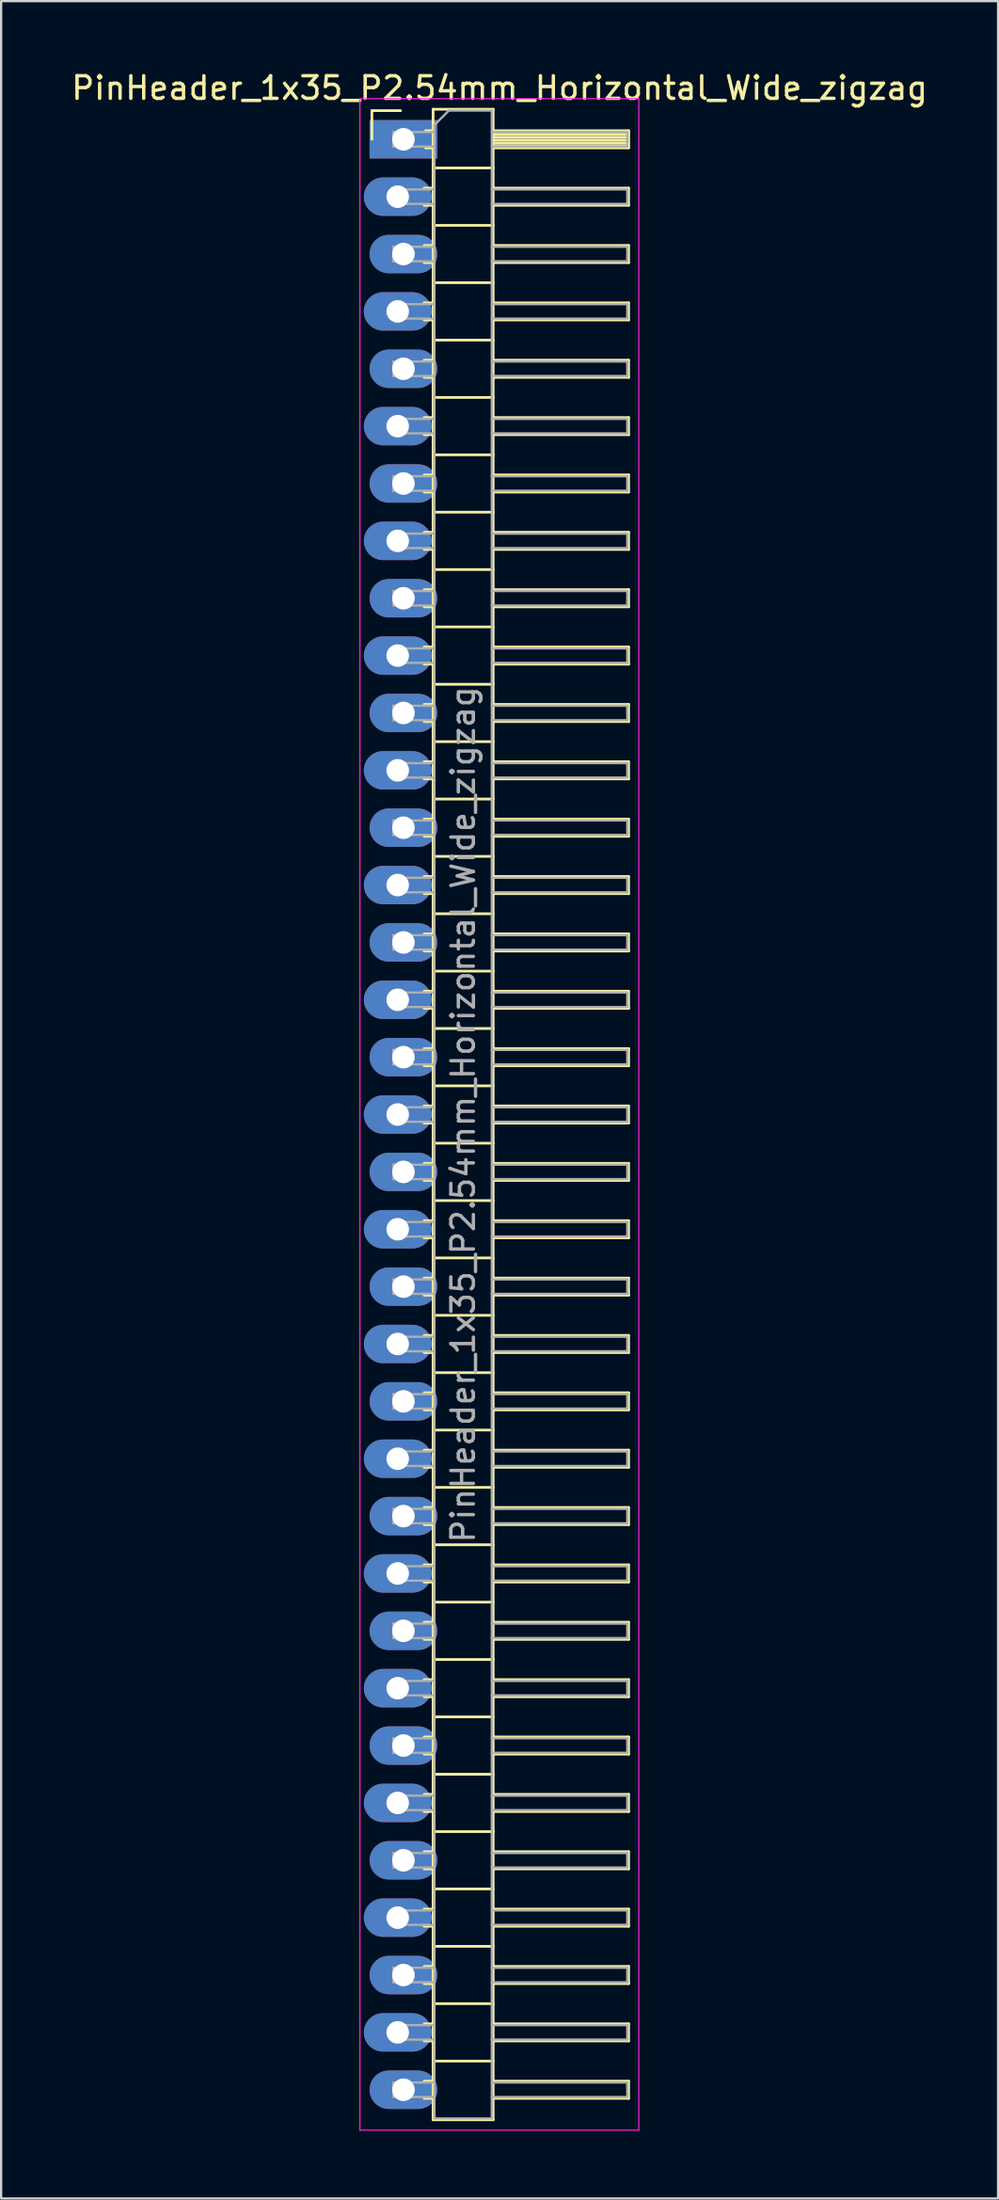
<source format=kicad_pcb>
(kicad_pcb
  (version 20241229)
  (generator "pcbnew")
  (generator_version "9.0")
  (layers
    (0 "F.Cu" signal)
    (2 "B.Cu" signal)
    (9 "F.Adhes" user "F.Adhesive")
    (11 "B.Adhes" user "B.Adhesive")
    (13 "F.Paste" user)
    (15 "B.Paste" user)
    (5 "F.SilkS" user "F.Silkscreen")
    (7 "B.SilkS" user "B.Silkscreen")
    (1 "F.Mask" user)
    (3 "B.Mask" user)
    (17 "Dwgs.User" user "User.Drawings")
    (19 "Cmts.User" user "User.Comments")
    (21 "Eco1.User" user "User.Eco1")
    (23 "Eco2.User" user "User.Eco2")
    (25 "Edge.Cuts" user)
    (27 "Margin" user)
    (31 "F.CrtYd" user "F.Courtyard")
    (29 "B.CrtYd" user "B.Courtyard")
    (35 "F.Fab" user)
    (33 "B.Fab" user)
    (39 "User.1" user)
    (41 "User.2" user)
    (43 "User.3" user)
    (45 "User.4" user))
  (footprint "PinHeader_1x35_P2.54mm_Horizontal_Wide_zigzag"
    (layer "F.Cu")
    (at 14.692 3.118)
    (property "Reference" "PinHeader_1x35_P2.54mm_Horizontal_Wide_zigzag" (at 4.385 -2.27 0) (layer "F.SilkS") (effects (font (size 1 1) (thickness 0.15))))
    (attr through_hole)
    (fp_line (start -1.27 -1.27) (end 0 -1.27) (stroke (width 0.12) (type solid)) (layer "F.SilkS"))
    (fp_line (start -1.27 0) (end -1.27 -1.27) (stroke (width 0.12) (type solid)) (layer "F.SilkS"))
    (fp_line (start 1.043 2.16) (end 1.44 2.16) (stroke (width 0.12) (type solid)) (layer "F.SilkS"))
    (fp_line (start 1.043 2.92) (end 1.44 2.92) (stroke (width 0.12) (type solid)) (layer "F.SilkS"))
    (fp_line (start 1.043 4.7) (end 1.44 4.7) (stroke (width 0.12) (type solid)) (layer "F.SilkS"))
    (fp_line (start 1.043 5.46) (end 1.44 5.46) (stroke (width 0.12) (type solid)) (layer "F.SilkS"))
    (fp_line (start 1.043 7.24) (end 1.44 7.24) (stroke (width 0.12) (type solid)) (layer "F.SilkS"))
    (fp_line (start 1.043 8) (end 1.44 8) (stroke (width 0.12) (type solid)) (layer "F.SilkS"))
    (fp_line (start 1.043 9.78) (end 1.44 9.78) (stroke (width 0.12) (type solid)) (layer "F.SilkS"))
    (fp_line (start 1.043 10.54) (end 1.44 10.54) (stroke (width 0.12) (type solid)) (layer "F.SilkS"))
    (fp_line (start 1.043 12.32) (end 1.44 12.32) (stroke (width 0.12) (type solid)) (layer "F.SilkS"))
    (fp_line (start 1.043 13.08) (end 1.44 13.08) (stroke (width 0.12) (type solid)) (layer "F.SilkS"))
    (fp_line (start 1.043 14.86) (end 1.44 14.86) (stroke (width 0.12) (type solid)) (layer "F.SilkS"))
    (fp_line (start 1.043 15.62) (end 1.44 15.62) (stroke (width 0.12) (type solid)) (layer "F.SilkS"))
    (fp_line (start 1.043 17.4) (end 1.44 17.4) (stroke (width 0.12) (type solid)) (layer "F.SilkS"))
    (fp_line (start 1.043 18.16) (end 1.44 18.16) (stroke (width 0.12) (type solid)) (layer "F.SilkS"))
    (fp_line (start 1.043 19.94) (end 1.44 19.94) (stroke (width 0.12) (type solid)) (layer "F.SilkS"))
    (fp_line (start 1.043 20.7) (end 1.44 20.7) (stroke (width 0.12) (type solid)) (layer "F.SilkS"))
    (fp_line (start 1.043 22.48) (end 1.44 22.48) (stroke (width 0.12) (type solid)) (layer "F.SilkS"))
    (fp_line (start 1.043 23.24) (end 1.44 23.24) (stroke (width 0.12) (type solid)) (layer "F.SilkS"))
    (fp_line (start 1.043 25.02) (end 1.44 25.02) (stroke (width 0.12) (type solid)) (layer "F.SilkS"))
    (fp_line (start 1.043 25.78) (end 1.44 25.78) (stroke (width 0.12) (type solid)) (layer "F.SilkS"))
    (fp_line (start 1.043 27.56) (end 1.44 27.56) (stroke (width 0.12) (type solid)) (layer "F.SilkS"))
    (fp_line (start 1.043 28.32) (end 1.44 28.32) (stroke (width 0.12) (type solid)) (layer "F.SilkS"))
    (fp_line (start 1.043 30.1) (end 1.44 30.1) (stroke (width 0.12) (type solid)) (layer "F.SilkS"))
    (fp_line (start 1.043 30.86) (end 1.44 30.86) (stroke (width 0.12) (type solid)) (layer "F.SilkS"))
    (fp_line (start 1.043 32.64) (end 1.44 32.64) (stroke (width 0.12) (type solid)) (layer "F.SilkS"))
    (fp_line (start 1.043 33.4) (end 1.44 33.4) (stroke (width 0.12) (type solid)) (layer "F.SilkS"))
    (fp_line (start 1.043 35.18) (end 1.44 35.18) (stroke (width 0.12) (type solid)) (layer "F.SilkS"))
    (fp_line (start 1.043 35.94) (end 1.44 35.94) (stroke (width 0.12) (type solid)) (layer "F.SilkS"))
    (fp_line (start 1.043 37.72) (end 1.44 37.72) (stroke (width 0.12) (type solid)) (layer "F.SilkS"))
    (fp_line (start 1.043 38.48) (end 1.44 38.48) (stroke (width 0.12) (type solid)) (layer "F.SilkS"))
    (fp_line (start 1.043 40.26) (end 1.44 40.26) (stroke (width 0.12) (type solid)) (layer "F.SilkS"))
    (fp_line (start 1.043 41.02) (end 1.44 41.02) (stroke (width 0.12) (type solid)) (layer "F.SilkS"))
    (fp_line (start 1.043 42.8) (end 1.44 42.8) (stroke (width 0.12) (type solid)) (layer "F.SilkS"))
    (fp_line (start 1.043 43.56) (end 1.44 43.56) (stroke (width 0.12) (type solid)) (layer "F.SilkS"))
    (fp_line (start 1.043 45.34) (end 1.44 45.34) (stroke (width 0.12) (type solid)) (layer "F.SilkS"))
    (fp_line (start 1.043 46.1) (end 1.44 46.1) (stroke (width 0.12) (type solid)) (layer "F.SilkS"))
    (fp_line (start 1.043 47.88) (end 1.44 47.88) (stroke (width 0.12) (type solid)) (layer "F.SilkS"))
    (fp_line (start 1.043 48.64) (end 1.44 48.64) (stroke (width 0.12) (type solid)) (layer "F.SilkS"))
    (fp_line (start 1.043 50.42) (end 1.44 50.42) (stroke (width 0.12) (type solid)) (layer "F.SilkS"))
    (fp_line (start 1.043 51.18) (end 1.44 51.18) (stroke (width 0.12) (type solid)) (layer "F.SilkS"))
    (fp_line (start 1.043 52.96) (end 1.44 52.96) (stroke (width 0.12) (type solid)) (layer "F.SilkS"))
    (fp_line (start 1.043 53.72) (end 1.44 53.72) (stroke (width 0.12) (type solid)) (layer "F.SilkS"))
    (fp_line (start 1.043 55.5) (end 1.44 55.5) (stroke (width 0.12) (type solid)) (layer "F.SilkS"))
    (fp_line (start 1.043 56.26) (end 1.44 56.26) (stroke (width 0.12) (type solid)) (layer "F.SilkS"))
    (fp_line (start 1.043 58.04) (end 1.44 58.04) (stroke (width 0.12) (type solid)) (layer "F.SilkS"))
    (fp_line (start 1.043 58.8) (end 1.44 58.8) (stroke (width 0.12) (type solid)) (layer "F.SilkS"))
    (fp_line (start 1.043 60.58) (end 1.44 60.58) (stroke (width 0.12) (type solid)) (layer "F.SilkS"))
    (fp_line (start 1.043 61.34) (end 1.44 61.34) (stroke (width 0.12) (type solid)) (layer "F.SilkS"))
    (fp_line (start 1.043 63.12) (end 1.44 63.12) (stroke (width 0.12) (type solid)) (layer "F.SilkS"))
    (fp_line (start 1.043 63.88) (end 1.44 63.88) (stroke (width 0.12) (type solid)) (layer "F.SilkS"))
    (fp_line (start 1.043 65.66) (end 1.44 65.66) (stroke (width 0.12) (type solid)) (layer "F.SilkS"))
    (fp_line (start 1.043 66.42) (end 1.44 66.42) (stroke (width 0.12) (type solid)) (layer "F.SilkS"))
    (fp_line (start 1.043 68.2) (end 1.44 68.2) (stroke (width 0.12) (type solid)) (layer "F.SilkS"))
    (fp_line (start 1.043 68.96) (end 1.44 68.96) (stroke (width 0.12) (type solid)) (layer "F.SilkS"))
    (fp_line (start 1.043 70.74) (end 1.44 70.74) (stroke (width 0.12) (type solid)) (layer "F.SilkS"))
    (fp_line (start 1.043 71.5) (end 1.44 71.5) (stroke (width 0.12) (type solid)) (layer "F.SilkS"))
    (fp_line (start 1.043 73.28) (end 1.44 73.28) (stroke (width 0.12) (type solid)) (layer "F.SilkS"))
    (fp_line (start 1.043 74.04) (end 1.44 74.04) (stroke (width 0.12) (type solid)) (layer "F.SilkS"))
    (fp_line (start 1.043 75.82) (end 1.44 75.82) (stroke (width 0.12) (type solid)) (layer "F.SilkS"))
    (fp_line (start 1.043 76.58) (end 1.44 76.58) (stroke (width 0.12) (type solid)) (layer "F.SilkS"))
    (fp_line (start 1.043 78.36) (end 1.44 78.36) (stroke (width 0.12) (type solid)) (layer "F.SilkS"))
    (fp_line (start 1.043 79.12) (end 1.44 79.12) (stroke (width 0.12) (type solid)) (layer "F.SilkS"))
    (fp_line (start 1.043 80.9) (end 1.44 80.9) (stroke (width 0.12) (type solid)) (layer "F.SilkS"))
    (fp_line (start 1.043 81.66) (end 1.44 81.66) (stroke (width 0.12) (type solid)) (layer "F.SilkS"))
    (fp_line (start 1.043 83.44) (end 1.44 83.44) (stroke (width 0.12) (type solid)) (layer "F.SilkS"))
    (fp_line (start 1.043 84.2) (end 1.44 84.2) (stroke (width 0.12) (type solid)) (layer "F.SilkS"))
    (fp_line (start 1.043 85.98) (end 1.44 85.98) (stroke (width 0.12) (type solid)) (layer "F.SilkS"))
    (fp_line (start 1.043 86.74) (end 1.44 86.74) (stroke (width 0.12) (type solid)) (layer "F.SilkS"))
    (fp_line (start 1.11 -0.38) (end 1.44 -0.38) (stroke (width 0.12) (type solid)) (layer "F.SilkS"))
    (fp_line (start 1.11 0.38) (end 1.44 0.38) (stroke (width 0.12) (type solid)) (layer "F.SilkS"))
    (fp_line (start 1.44 -1.33) (end 1.44 87.69) (stroke (width 0.12) (type solid)) (layer "F.SilkS"))
    (fp_line (start 1.44 1.27) (end 4.1 1.27) (stroke (width 0.12) (type solid)) (layer "F.SilkS"))
    (fp_line (start 1.44 3.81) (end 4.1 3.81) (stroke (width 0.12) (type solid)) (layer "F.SilkS"))
    (fp_line (start 1.44 6.35) (end 4.1 6.35) (stroke (width 0.12) (type solid)) (layer "F.SilkS"))
    (fp_line (start 1.44 8.89) (end 4.1 8.89) (stroke (width 0.12) (type solid)) (layer "F.SilkS"))
    (fp_line (start 1.44 11.43) (end 4.1 11.43) (stroke (width 0.12) (type solid)) (layer "F.SilkS"))
    (fp_line (start 1.44 13.97) (end 4.1 13.97) (stroke (width 0.12) (type solid)) (layer "F.SilkS"))
    (fp_line (start 1.44 16.51) (end 4.1 16.51) (stroke (width 0.12) (type solid)) (layer "F.SilkS"))
    (fp_line (start 1.44 19.05) (end 4.1 19.05) (stroke (width 0.12) (type solid)) (layer "F.SilkS"))
    (fp_line (start 1.44 21.59) (end 4.1 21.59) (stroke (width 0.12) (type solid)) (layer "F.SilkS"))
    (fp_line (start 1.44 24.13) (end 4.1 24.13) (stroke (width 0.12) (type solid)) (layer "F.SilkS"))
    (fp_line (start 1.44 26.67) (end 4.1 26.67) (stroke (width 0.12) (type solid)) (layer "F.SilkS"))
    (fp_line (start 1.44 29.21) (end 4.1 29.21) (stroke (width 0.12) (type solid)) (layer "F.SilkS"))
    (fp_line (start 1.44 31.75) (end 4.1 31.75) (stroke (width 0.12) (type solid)) (layer "F.SilkS"))
    (fp_line (start 1.44 34.29) (end 4.1 34.29) (stroke (width 0.12) (type solid)) (layer "F.SilkS"))
    (fp_line (start 1.44 36.83) (end 4.1 36.83) (stroke (width 0.12) (type solid)) (layer "F.SilkS"))
    (fp_line (start 1.44 39.37) (end 4.1 39.37) (stroke (width 0.12) (type solid)) (layer "F.SilkS"))
    (fp_line (start 1.44 41.91) (end 4.1 41.91) (stroke (width 0.12) (type solid)) (layer "F.SilkS"))
    (fp_line (start 1.44 44.45) (end 4.1 44.45) (stroke (width 0.12) (type solid)) (layer "F.SilkS"))
    (fp_line (start 1.44 46.99) (end 4.1 46.99) (stroke (width 0.12) (type solid)) (layer "F.SilkS"))
    (fp_line (start 1.44 49.53) (end 4.1 49.53) (stroke (width 0.12) (type solid)) (layer "F.SilkS"))
    (fp_line (start 1.44 52.07) (end 4.1 52.07) (stroke (width 0.12) (type solid)) (layer "F.SilkS"))
    (fp_line (start 1.44 54.61) (end 4.1 54.61) (stroke (width 0.12) (type solid)) (layer "F.SilkS"))
    (fp_line (start 1.44 57.15) (end 4.1 57.15) (stroke (width 0.12) (type solid)) (layer "F.SilkS"))
    (fp_line (start 1.44 59.69) (end 4.1 59.69) (stroke (width 0.12) (type solid)) (layer "F.SilkS"))
    (fp_line (start 1.44 62.23) (end 4.1 62.23) (stroke (width 0.12) (type solid)) (layer "F.SilkS"))
    (fp_line (start 1.44 64.77) (end 4.1 64.77) (stroke (width 0.12) (type solid)) (layer "F.SilkS"))
    (fp_line (start 1.44 67.31) (end 4.1 67.31) (stroke (width 0.12) (type solid)) (layer "F.SilkS"))
    (fp_line (start 1.44 69.85) (end 4.1 69.85) (stroke (width 0.12) (type solid)) (layer "F.SilkS"))
    (fp_line (start 1.44 72.39) (end 4.1 72.39) (stroke (width 0.12) (type solid)) (layer "F.SilkS"))
    (fp_line (start 1.44 74.93) (end 4.1 74.93) (stroke (width 0.12) (type solid)) (layer "F.SilkS"))
    (fp_line (start 1.44 77.47) (end 4.1 77.47) (stroke (width 0.12) (type solid)) (layer "F.SilkS"))
    (fp_line (start 1.44 80.01) (end 4.1 80.01) (stroke (width 0.12) (type solid)) (layer "F.SilkS"))
    (fp_line (start 1.44 82.55) (end 4.1 82.55) (stroke (width 0.12) (type solid)) (layer "F.SilkS"))
    (fp_line (start 1.44 85.09) (end 4.1 85.09) (stroke (width 0.12) (type solid)) (layer "F.SilkS"))
    (fp_line (start 1.44 87.69) (end 4.1 87.69) (stroke (width 0.12) (type solid)) (layer "F.SilkS"))
    (fp_line (start 4.1 -1.33) (end 1.44 -1.33) (stroke (width 0.12) (type solid)) (layer "F.SilkS"))
    (fp_line (start 4.1 -0.38) (end 10.1 -0.38) (stroke (width 0.12) (type solid)) (layer "F.SilkS"))
    (fp_line (start 4.1 -0.32) (end 10.1 -0.32) (stroke (width 0.12) (type solid)) (layer "F.SilkS"))
    (fp_line (start 4.1 -0.2) (end 10.1 -0.2) (stroke (width 0.12) (type solid)) (layer "F.SilkS"))
    (fp_line (start 4.1 -0.08) (end 10.1 -0.08) (stroke (width 0.12) (type solid)) (layer "F.SilkS"))
    (fp_line (start 4.1 0.04) (end 10.1 0.04) (stroke (width 0.12) (type solid)) (layer "F.SilkS"))
    (fp_line (start 4.1 0.16) (end 10.1 0.16) (stroke (width 0.12) (type solid)) (layer "F.SilkS"))
    (fp_line (start 4.1 0.28) (end 10.1 0.28) (stroke (width 0.12) (type solid)) (layer "F.SilkS"))
    (fp_line (start 4.1 2.16) (end 10.1 2.16) (stroke (width 0.12) (type solid)) (layer "F.SilkS"))
    (fp_line (start 4.1 4.7) (end 10.1 4.7) (stroke (width 0.12) (type solid)) (layer "F.SilkS"))
    (fp_line (start 4.1 7.24) (end 10.1 7.24) (stroke (width 0.12) (type solid)) (layer "F.SilkS"))
    (fp_line (start 4.1 9.78) (end 10.1 9.78) (stroke (width 0.12) (type solid)) (layer "F.SilkS"))
    (fp_line (start 4.1 12.32) (end 10.1 12.32) (stroke (width 0.12) (type solid)) (layer "F.SilkS"))
    (fp_line (start 4.1 14.86) (end 10.1 14.86) (stroke (width 0.12) (type solid)) (layer "F.SilkS"))
    (fp_line (start 4.1 17.4) (end 10.1 17.4) (stroke (width 0.12) (type solid)) (layer "F.SilkS"))
    (fp_line (start 4.1 19.94) (end 10.1 19.94) (stroke (width 0.12) (type solid)) (layer "F.SilkS"))
    (fp_line (start 4.1 22.48) (end 10.1 22.48) (stroke (width 0.12) (type solid)) (layer "F.SilkS"))
    (fp_line (start 4.1 25.02) (end 10.1 25.02) (stroke (width 0.12) (type solid)) (layer "F.SilkS"))
    (fp_line (start 4.1 27.56) (end 10.1 27.56) (stroke (width 0.12) (type solid)) (layer "F.SilkS"))
    (fp_line (start 4.1 30.1) (end 10.1 30.1) (stroke (width 0.12) (type solid)) (layer "F.SilkS"))
    (fp_line (start 4.1 32.64) (end 10.1 32.64) (stroke (width 0.12) (type solid)) (layer "F.SilkS"))
    (fp_line (start 4.1 35.18) (end 10.1 35.18) (stroke (width 0.12) (type solid)) (layer "F.SilkS"))
    (fp_line (start 4.1 37.72) (end 10.1 37.72) (stroke (width 0.12) (type solid)) (layer "F.SilkS"))
    (fp_line (start 4.1 40.26) (end 10.1 40.26) (stroke (width 0.12) (type solid)) (layer "F.SilkS"))
    (fp_line (start 4.1 42.8) (end 10.1 42.8) (stroke (width 0.12) (type solid)) (layer "F.SilkS"))
    (fp_line (start 4.1 45.34) (end 10.1 45.34) (stroke (width 0.12) (type solid)) (layer "F.SilkS"))
    (fp_line (start 4.1 47.88) (end 10.1 47.88) (stroke (width 0.12) (type solid)) (layer "F.SilkS"))
    (fp_line (start 4.1 50.42) (end 10.1 50.42) (stroke (width 0.12) (type solid)) (layer "F.SilkS"))
    (fp_line (start 4.1 52.96) (end 10.1 52.96) (stroke (width 0.12) (type solid)) (layer "F.SilkS"))
    (fp_line (start 4.1 55.5) (end 10.1 55.5) (stroke (width 0.12) (type solid)) (layer "F.SilkS"))
    (fp_line (start 4.1 58.04) (end 10.1 58.04) (stroke (width 0.12) (type solid)) (layer "F.SilkS"))
    (fp_line (start 4.1 60.58) (end 10.1 60.58) (stroke (width 0.12) (type solid)) (layer "F.SilkS"))
    (fp_line (start 4.1 63.12) (end 10.1 63.12) (stroke (width 0.12) (type solid)) (layer "F.SilkS"))
    (fp_line (start 4.1 65.66) (end 10.1 65.66) (stroke (width 0.12) (type solid)) (layer "F.SilkS"))
    (fp_line (start 4.1 68.2) (end 10.1 68.2) (stroke (width 0.12) (type solid)) (layer "F.SilkS"))
    (fp_line (start 4.1 70.74) (end 10.1 70.74) (stroke (width 0.12) (type solid)) (layer "F.SilkS"))
    (fp_line (start 4.1 73.28) (end 10.1 73.28) (stroke (width 0.12) (type solid)) (layer "F.SilkS"))
    (fp_line (start 4.1 75.82) (end 10.1 75.82) (stroke (width 0.12) (type solid)) (layer "F.SilkS"))
    (fp_line (start 4.1 78.36) (end 10.1 78.36) (stroke (width 0.12) (type solid)) (layer "F.SilkS"))
    (fp_line (start 4.1 80.9) (end 10.1 80.9) (stroke (width 0.12) (type solid)) (layer "F.SilkS"))
    (fp_line (start 4.1 83.44) (end 10.1 83.44) (stroke (width 0.12) (type solid)) (layer "F.SilkS"))
    (fp_line (start 4.1 85.98) (end 10.1 85.98) (stroke (width 0.12) (type solid)) (layer "F.SilkS"))
    (fp_line (start 4.1 87.69) (end 4.1 -1.33) (stroke (width 0.12) (type solid)) (layer "F.SilkS"))
    (fp_line (start 10.1 -0.38) (end 10.1 0.38) (stroke (width 0.12) (type solid)) (layer "F.SilkS"))
    (fp_line (start 10.1 0.38) (end 4.1 0.38) (stroke (width 0.12) (type solid)) (layer "F.SilkS"))
    (fp_line (start 10.1 2.16) (end 10.1 2.92) (stroke (width 0.12) (type solid)) (layer "F.SilkS"))
    (fp_line (start 10.1 2.92) (end 4.1 2.92) (stroke (width 0.12) (type solid)) (layer "F.SilkS"))
    (fp_line (start 10.1 4.7) (end 10.1 5.46) (stroke (width 0.12) (type solid)) (layer "F.SilkS"))
    (fp_line (start 10.1 5.46) (end 4.1 5.46) (stroke (width 0.12) (type solid)) (layer "F.SilkS"))
    (fp_line (start 10.1 7.24) (end 10.1 8) (stroke (width 0.12) (type solid)) (layer "F.SilkS"))
    (fp_line (start 10.1 8) (end 4.1 8) (stroke (width 0.12) (type solid)) (layer "F.SilkS"))
    (fp_line (start 10.1 9.78) (end 10.1 10.54) (stroke (width 0.12) (type solid)) (layer "F.SilkS"))
    (fp_line (start 10.1 10.54) (end 4.1 10.54) (stroke (width 0.12) (type solid)) (layer "F.SilkS"))
    (fp_line (start 10.1 12.32) (end 10.1 13.08) (stroke (width 0.12) (type solid)) (layer "F.SilkS"))
    (fp_line (start 10.1 13.08) (end 4.1 13.08) (stroke (width 0.12) (type solid)) (layer "F.SilkS"))
    (fp_line (start 10.1 14.86) (end 10.1 15.62) (stroke (width 0.12) (type solid)) (layer "F.SilkS"))
    (fp_line (start 10.1 15.62) (end 4.1 15.62) (stroke (width 0.12) (type solid)) (layer "F.SilkS"))
    (fp_line (start 10.1 17.4) (end 10.1 18.16) (stroke (width 0.12) (type solid)) (layer "F.SilkS"))
    (fp_line (start 10.1 18.16) (end 4.1 18.16) (stroke (width 0.12) (type solid)) (layer "F.SilkS"))
    (fp_line (start 10.1 19.94) (end 10.1 20.7) (stroke (width 0.12) (type solid)) (layer "F.SilkS"))
    (fp_line (start 10.1 20.7) (end 4.1 20.7) (stroke (width 0.12) (type solid)) (layer "F.SilkS"))
    (fp_line (start 10.1 22.48) (end 10.1 23.24) (stroke (width 0.12) (type solid)) (layer "F.SilkS"))
    (fp_line (start 10.1 23.24) (end 4.1 23.24) (stroke (width 0.12) (type solid)) (layer "F.SilkS"))
    (fp_line (start 10.1 25.02) (end 10.1 25.78) (stroke (width 0.12) (type solid)) (layer "F.SilkS"))
    (fp_line (start 10.1 25.78) (end 4.1 25.78) (stroke (width 0.12) (type solid)) (layer "F.SilkS"))
    (fp_line (start 10.1 27.56) (end 10.1 28.32) (stroke (width 0.12) (type solid)) (layer "F.SilkS"))
    (fp_line (start 10.1 28.32) (end 4.1 28.32) (stroke (width 0.12) (type solid)) (layer "F.SilkS"))
    (fp_line (start 10.1 30.1) (end 10.1 30.86) (stroke (width 0.12) (type solid)) (layer "F.SilkS"))
    (fp_line (start 10.1 30.86) (end 4.1 30.86) (stroke (width 0.12) (type solid)) (layer "F.SilkS"))
    (fp_line (start 10.1 32.64) (end 10.1 33.4) (stroke (width 0.12) (type solid)) (layer "F.SilkS"))
    (fp_line (start 10.1 33.4) (end 4.1 33.4) (stroke (width 0.12) (type solid)) (layer "F.SilkS"))
    (fp_line (start 10.1 35.18) (end 10.1 35.94) (stroke (width 0.12) (type solid)) (layer "F.SilkS"))
    (fp_line (start 10.1 35.94) (end 4.1 35.94) (stroke (width 0.12) (type solid)) (layer "F.SilkS"))
    (fp_line (start 10.1 37.72) (end 10.1 38.48) (stroke (width 0.12) (type solid)) (layer "F.SilkS"))
    (fp_line (start 10.1 38.48) (end 4.1 38.48) (stroke (width 0.12) (type solid)) (layer "F.SilkS"))
    (fp_line (start 10.1 40.26) (end 10.1 41.02) (stroke (width 0.12) (type solid)) (layer "F.SilkS"))
    (fp_line (start 10.1 41.02) (end 4.1 41.02) (stroke (width 0.12) (type solid)) (layer "F.SilkS"))
    (fp_line (start 10.1 42.8) (end 10.1 43.56) (stroke (width 0.12) (type solid)) (layer "F.SilkS"))
    (fp_line (start 10.1 43.56) (end 4.1 43.56) (stroke (width 0.12) (type solid)) (layer "F.SilkS"))
    (fp_line (start 10.1 45.34) (end 10.1 46.1) (stroke (width 0.12) (type solid)) (layer "F.SilkS"))
    (fp_line (start 10.1 46.1) (end 4.1 46.1) (stroke (width 0.12) (type solid)) (layer "F.SilkS"))
    (fp_line (start 10.1 47.88) (end 10.1 48.64) (stroke (width 0.12) (type solid)) (layer "F.SilkS"))
    (fp_line (start 10.1 48.64) (end 4.1 48.64) (stroke (width 0.12) (type solid)) (layer "F.SilkS"))
    (fp_line (start 10.1 50.42) (end 10.1 51.18) (stroke (width 0.12) (type solid)) (layer "F.SilkS"))
    (fp_line (start 10.1 51.18) (end 4.1 51.18) (stroke (width 0.12) (type solid)) (layer "F.SilkS"))
    (fp_line (start 10.1 52.96) (end 10.1 53.72) (stroke (width 0.12) (type solid)) (layer "F.SilkS"))
    (fp_line (start 10.1 53.72) (end 4.1 53.72) (stroke (width 0.12) (type solid)) (layer "F.SilkS"))
    (fp_line (start 10.1 55.5) (end 10.1 56.26) (stroke (width 0.12) (type solid)) (layer "F.SilkS"))
    (fp_line (start 10.1 56.26) (end 4.1 56.26) (stroke (width 0.12) (type solid)) (layer "F.SilkS"))
    (fp_line (start 10.1 58.04) (end 10.1 58.8) (stroke (width 0.12) (type solid)) (layer "F.SilkS"))
    (fp_line (start 10.1 58.8) (end 4.1 58.8) (stroke (width 0.12) (type solid)) (layer "F.SilkS"))
    (fp_line (start 10.1 60.58) (end 10.1 61.34) (stroke (width 0.12) (type solid)) (layer "F.SilkS"))
    (fp_line (start 10.1 61.34) (end 4.1 61.34) (stroke (width 0.12) (type solid)) (layer "F.SilkS"))
    (fp_line (start 10.1 63.12) (end 10.1 63.88) (stroke (width 0.12) (type solid)) (layer "F.SilkS"))
    (fp_line (start 10.1 63.88) (end 4.1 63.88) (stroke (width 0.12) (type solid)) (layer "F.SilkS"))
    (fp_line (start 10.1 65.66) (end 10.1 66.42) (stroke (width 0.12) (type solid)) (layer "F.SilkS"))
    (fp_line (start 10.1 66.42) (end 4.1 66.42) (stroke (width 0.12) (type solid)) (layer "F.SilkS"))
    (fp_line (start 10.1 68.2) (end 10.1 68.96) (stroke (width 0.12) (type solid)) (layer "F.SilkS"))
    (fp_line (start 10.1 68.96) (end 4.1 68.96) (stroke (width 0.12) (type solid)) (layer "F.SilkS"))
    (fp_line (start 10.1 70.74) (end 10.1 71.5) (stroke (width 0.12) (type solid)) (layer "F.SilkS"))
    (fp_line (start 10.1 71.5) (end 4.1 71.5) (stroke (width 0.12) (type solid)) (layer "F.SilkS"))
    (fp_line (start 10.1 73.28) (end 10.1 74.04) (stroke (width 0.12) (type solid)) (layer "F.SilkS"))
    (fp_line (start 10.1 74.04) (end 4.1 74.04) (stroke (width 0.12) (type solid)) (layer "F.SilkS"))
    (fp_line (start 10.1 75.82) (end 10.1 76.58) (stroke (width 0.12) (type solid)) (layer "F.SilkS"))
    (fp_line (start 10.1 76.58) (end 4.1 76.58) (stroke (width 0.12) (type solid)) (layer "F.SilkS"))
    (fp_line (start 10.1 78.36) (end 10.1 79.12) (stroke (width 0.12) (type solid)) (layer "F.SilkS"))
    (fp_line (start 10.1 79.12) (end 4.1 79.12) (stroke (width 0.12) (type solid)) (layer "F.SilkS"))
    (fp_line (start 10.1 80.9) (end 10.1 81.66) (stroke (width 0.12) (type solid)) (layer "F.SilkS"))
    (fp_line (start 10.1 81.66) (end 4.1 81.66) (stroke (width 0.12) (type solid)) (layer "F.SilkS"))
    (fp_line (start 10.1 83.44) (end 10.1 84.2) (stroke (width 0.12) (type solid)) (layer "F.SilkS"))
    (fp_line (start 10.1 84.2) (end 4.1 84.2) (stroke (width 0.12) (type solid)) (layer "F.SilkS"))
    (fp_line (start 10.1 85.98) (end 10.1 86.74) (stroke (width 0.12) (type solid)) (layer "F.SilkS"))
    (fp_line (start 10.1 86.74) (end 4.1 86.74) (stroke (width 0.12) (type solid)) (layer "F.SilkS"))
    (fp_line (start -1.8 -1.8) (end -1.8 88.15) (stroke (width 0.05) (type solid)) (layer "F.CrtYd"))
    (fp_line (start -1.8 88.15) (end 10.55 88.15) (stroke (width 0.05) (type solid)) (layer "F.CrtYd"))
    (fp_line (start 10.55 -1.8) (end -1.8 -1.8) (stroke (width 0.05) (type solid)) (layer "F.CrtYd"))
    (fp_line (start 10.55 88.15) (end 10.55 -1.8) (stroke (width 0.05) (type solid)) (layer "F.CrtYd"))
    (fp_line (start -0.32 -0.32) (end -0.32 0.32) (stroke (width 0.1) (type solid)) (layer "F.Fab"))
    (fp_line (start -0.32 -0.32) (end 1.5 -0.32) (stroke (width 0.1) (type solid)) (layer "F.Fab"))
    (fp_line (start -0.32 0.32) (end 1.5 0.32) (stroke (width 0.1) (type solid)) (layer "F.Fab"))
    (fp_line (start -0.32 2.22) (end -0.32 2.86) (stroke (width 0.1) (type solid)) (layer "F.Fab"))
    (fp_line (start -0.32 2.22) (end 1.5 2.22) (stroke (width 0.1) (type solid)) (layer "F.Fab"))
    (fp_line (start -0.32 2.86) (end 1.5 2.86) (stroke (width 0.1) (type solid)) (layer "F.Fab"))
    (fp_line (start -0.32 4.76) (end -0.32 5.4) (stroke (width 0.1) (type solid)) (layer "F.Fab"))
    (fp_line (start -0.32 4.76) (end 1.5 4.76) (stroke (width 0.1) (type solid)) (layer "F.Fab"))
    (fp_line (start -0.32 5.4) (end 1.5 5.4) (stroke (width 0.1) (type solid)) (layer "F.Fab"))
    (fp_line (start -0.32 7.3) (end -0.32 7.94) (stroke (width 0.1) (type solid)) (layer "F.Fab"))
    (fp_line (start -0.32 7.3) (end 1.5 7.3) (stroke (width 0.1) (type solid)) (layer "F.Fab"))
    (fp_line (start -0.32 7.94) (end 1.5 7.94) (stroke (width 0.1) (type solid)) (layer "F.Fab"))
    (fp_line (start -0.32 9.84) (end -0.32 10.48) (stroke (width 0.1) (type solid)) (layer "F.Fab"))
    (fp_line (start -0.32 9.84) (end 1.5 9.84) (stroke (width 0.1) (type solid)) (layer "F.Fab"))
    (fp_line (start -0.32 10.48) (end 1.5 10.48) (stroke (width 0.1) (type solid)) (layer "F.Fab"))
    (fp_line (start -0.32 12.38) (end -0.32 13.02) (stroke (width 0.1) (type solid)) (layer "F.Fab"))
    (fp_line (start -0.32 12.38) (end 1.5 12.38) (stroke (width 0.1) (type solid)) (layer "F.Fab"))
    (fp_line (start -0.32 13.02) (end 1.5 13.02) (stroke (width 0.1) (type solid)) (layer "F.Fab"))
    (fp_line (start -0.32 14.92) (end -0.32 15.56) (stroke (width 0.1) (type solid)) (layer "F.Fab"))
    (fp_line (start -0.32 14.92) (end 1.5 14.92) (stroke (width 0.1) (type solid)) (layer "F.Fab"))
    (fp_line (start -0.32 15.56) (end 1.5 15.56) (stroke (width 0.1) (type solid)) (layer "F.Fab"))
    (fp_line (start -0.32 17.46) (end -0.32 18.1) (stroke (width 0.1) (type solid)) (layer "F.Fab"))
    (fp_line (start -0.32 17.46) (end 1.5 17.46) (stroke (width 0.1) (type solid)) (layer "F.Fab"))
    (fp_line (start -0.32 18.1) (end 1.5 18.1) (stroke (width 0.1) (type solid)) (layer "F.Fab"))
    (fp_line (start -0.32 20) (end -0.32 20.64) (stroke (width 0.1) (type solid)) (layer "F.Fab"))
    (fp_line (start -0.32 20) (end 1.5 20) (stroke (width 0.1) (type solid)) (layer "F.Fab"))
    (fp_line (start -0.32 20.64) (end 1.5 20.64) (stroke (width 0.1) (type solid)) (layer "F.Fab"))
    (fp_line (start -0.32 22.54) (end -0.32 23.18) (stroke (width 0.1) (type solid)) (layer "F.Fab"))
    (fp_line (start -0.32 22.54) (end 1.5 22.54) (stroke (width 0.1) (type solid)) (layer "F.Fab"))
    (fp_line (start -0.32 23.18) (end 1.5 23.18) (stroke (width 0.1) (type solid)) (layer "F.Fab"))
    (fp_line (start -0.32 25.08) (end -0.32 25.72) (stroke (width 0.1) (type solid)) (layer "F.Fab"))
    (fp_line (start -0.32 25.08) (end 1.5 25.08) (stroke (width 0.1) (type solid)) (layer "F.Fab"))
    (fp_line (start -0.32 25.72) (end 1.5 25.72) (stroke (width 0.1) (type solid)) (layer "F.Fab"))
    (fp_line (start -0.32 27.62) (end -0.32 28.26) (stroke (width 0.1) (type solid)) (layer "F.Fab"))
    (fp_line (start -0.32 27.62) (end 1.5 27.62) (stroke (width 0.1) (type solid)) (layer "F.Fab"))
    (fp_line (start -0.32 28.26) (end 1.5 28.26) (stroke (width 0.1) (type solid)) (layer "F.Fab"))
    (fp_line (start -0.32 30.16) (end -0.32 30.8) (stroke (width 0.1) (type solid)) (layer "F.Fab"))
    (fp_line (start -0.32 30.16) (end 1.5 30.16) (stroke (width 0.1) (type solid)) (layer "F.Fab"))
    (fp_line (start -0.32 30.8) (end 1.5 30.8) (stroke (width 0.1) (type solid)) (layer "F.Fab"))
    (fp_line (start -0.32 32.7) (end -0.32 33.34) (stroke (width 0.1) (type solid)) (layer "F.Fab"))
    (fp_line (start -0.32 32.7) (end 1.5 32.7) (stroke (width 0.1) (type solid)) (layer "F.Fab"))
    (fp_line (start -0.32 33.34) (end 1.5 33.34) (stroke (width 0.1) (type solid)) (layer "F.Fab"))
    (fp_line (start -0.32 35.24) (end -0.32 35.88) (stroke (width 0.1) (type solid)) (layer "F.Fab"))
    (fp_line (start -0.32 35.24) (end 1.5 35.24) (stroke (width 0.1) (type solid)) (layer "F.Fab"))
    (fp_line (start -0.32 35.88) (end 1.5 35.88) (stroke (width 0.1) (type solid)) (layer "F.Fab"))
    (fp_line (start -0.32 37.78) (end -0.32 38.42) (stroke (width 0.1) (type solid)) (layer "F.Fab"))
    (fp_line (start -0.32 37.78) (end 1.5 37.78) (stroke (width 0.1) (type solid)) (layer "F.Fab"))
    (fp_line (start -0.32 38.42) (end 1.5 38.42) (stroke (width 0.1) (type solid)) (layer "F.Fab"))
    (fp_line (start -0.32 40.32) (end -0.32 40.96) (stroke (width 0.1) (type solid)) (layer "F.Fab"))
    (fp_line (start -0.32 40.32) (end 1.5 40.32) (stroke (width 0.1) (type solid)) (layer "F.Fab"))
    (fp_line (start -0.32 40.96) (end 1.5 40.96) (stroke (width 0.1) (type solid)) (layer "F.Fab"))
    (fp_line (start -0.32 42.86) (end -0.32 43.5) (stroke (width 0.1) (type solid)) (layer "F.Fab"))
    (fp_line (start -0.32 42.86) (end 1.5 42.86) (stroke (width 0.1) (type solid)) (layer "F.Fab"))
    (fp_line (start -0.32 43.5) (end 1.5 43.5) (stroke (width 0.1) (type solid)) (layer "F.Fab"))
    (fp_line (start -0.32 45.4) (end -0.32 46.04) (stroke (width 0.1) (type solid)) (layer "F.Fab"))
    (fp_line (start -0.32 45.4) (end 1.5 45.4) (stroke (width 0.1) (type solid)) (layer "F.Fab"))
    (fp_line (start -0.32 46.04) (end 1.5 46.04) (stroke (width 0.1) (type solid)) (layer "F.Fab"))
    (fp_line (start -0.32 47.94) (end -0.32 48.58) (stroke (width 0.1) (type solid)) (layer "F.Fab"))
    (fp_line (start -0.32 47.94) (end 1.5 47.94) (stroke (width 0.1) (type solid)) (layer "F.Fab"))
    (fp_line (start -0.32 48.58) (end 1.5 48.58) (stroke (width 0.1) (type solid)) (layer "F.Fab"))
    (fp_line (start -0.32 50.48) (end -0.32 51.12) (stroke (width 0.1) (type solid)) (layer "F.Fab"))
    (fp_line (start -0.32 50.48) (end 1.5 50.48) (stroke (width 0.1) (type solid)) (layer "F.Fab"))
    (fp_line (start -0.32 51.12) (end 1.5 51.12) (stroke (width 0.1) (type solid)) (layer "F.Fab"))
    (fp_line (start -0.32 53.02) (end -0.32 53.66) (stroke (width 0.1) (type solid)) (layer "F.Fab"))
    (fp_line (start -0.32 53.02) (end 1.5 53.02) (stroke (width 0.1) (type solid)) (layer "F.Fab"))
    (fp_line (start -0.32 53.66) (end 1.5 53.66) (stroke (width 0.1) (type solid)) (layer "F.Fab"))
    (fp_line (start -0.32 55.56) (end -0.32 56.2) (stroke (width 0.1) (type solid)) (layer "F.Fab"))
    (fp_line (start -0.32 55.56) (end 1.5 55.56) (stroke (width 0.1) (type solid)) (layer "F.Fab"))
    (fp_line (start -0.32 56.2) (end 1.5 56.2) (stroke (width 0.1) (type solid)) (layer "F.Fab"))
    (fp_line (start -0.32 58.1) (end -0.32 58.74) (stroke (width 0.1) (type solid)) (layer "F.Fab"))
    (fp_line (start -0.32 58.1) (end 1.5 58.1) (stroke (width 0.1) (type solid)) (layer "F.Fab"))
    (fp_line (start -0.32 58.74) (end 1.5 58.74) (stroke (width 0.1) (type solid)) (layer "F.Fab"))
    (fp_line (start -0.32 60.64) (end -0.32 61.28) (stroke (width 0.1) (type solid)) (layer "F.Fab"))
    (fp_line (start -0.32 60.64) (end 1.5 60.64) (stroke (width 0.1) (type solid)) (layer "F.Fab"))
    (fp_line (start -0.32 61.28) (end 1.5 61.28) (stroke (width 0.1) (type solid)) (layer "F.Fab"))
    (fp_line (start -0.32 63.18) (end -0.32 63.82) (stroke (width 0.1) (type solid)) (layer "F.Fab"))
    (fp_line (start -0.32 63.18) (end 1.5 63.18) (stroke (width 0.1) (type solid)) (layer "F.Fab"))
    (fp_line (start -0.32 63.82) (end 1.5 63.82) (stroke (width 0.1) (type solid)) (layer "F.Fab"))
    (fp_line (start -0.32 65.72) (end -0.32 66.36) (stroke (width 0.1) (type solid)) (layer "F.Fab"))
    (fp_line (start -0.32 65.72) (end 1.5 65.72) (stroke (width 0.1) (type solid)) (layer "F.Fab"))
    (fp_line (start -0.32 66.36) (end 1.5 66.36) (stroke (width 0.1) (type solid)) (layer "F.Fab"))
    (fp_line (start -0.32 68.26) (end -0.32 68.9) (stroke (width 0.1) (type solid)) (layer "F.Fab"))
    (fp_line (start -0.32 68.26) (end 1.5 68.26) (stroke (width 0.1) (type solid)) (layer "F.Fab"))
    (fp_line (start -0.32 68.9) (end 1.5 68.9) (stroke (width 0.1) (type solid)) (layer "F.Fab"))
    (fp_line (start -0.32 70.8) (end -0.32 71.44) (stroke (width 0.1) (type solid)) (layer "F.Fab"))
    (fp_line (start -0.32 70.8) (end 1.5 70.8) (stroke (width 0.1) (type solid)) (layer "F.Fab"))
    (fp_line (start -0.32 71.44) (end 1.5 71.44) (stroke (width 0.1) (type solid)) (layer "F.Fab"))
    (fp_line (start -0.32 73.34) (end -0.32 73.98) (stroke (width 0.1) (type solid)) (layer "F.Fab"))
    (fp_line (start -0.32 73.34) (end 1.5 73.34) (stroke (width 0.1) (type solid)) (layer "F.Fab"))
    (fp_line (start -0.32 73.98) (end 1.5 73.98) (stroke (width 0.1) (type solid)) (layer "F.Fab"))
    (fp_line (start -0.32 75.88) (end -0.32 76.52) (stroke (width 0.1) (type solid)) (layer "F.Fab"))
    (fp_line (start -0.32 75.88) (end 1.5 75.88) (stroke (width 0.1) (type solid)) (layer "F.Fab"))
    (fp_line (start -0.32 76.52) (end 1.5 76.52) (stroke (width 0.1) (type solid)) (layer "F.Fab"))
    (fp_line (start -0.32 78.42) (end -0.32 79.06) (stroke (width 0.1) (type solid)) (layer "F.Fab"))
    (fp_line (start -0.32 78.42) (end 1.5 78.42) (stroke (width 0.1) (type solid)) (layer "F.Fab"))
    (fp_line (start -0.32 79.06) (end 1.5 79.06) (stroke (width 0.1) (type solid)) (layer "F.Fab"))
    (fp_line (start -0.32 80.96) (end -0.32 81.6) (stroke (width 0.1) (type solid)) (layer "F.Fab"))
    (fp_line (start -0.32 80.96) (end 1.5 80.96) (stroke (width 0.1) (type solid)) (layer "F.Fab"))
    (fp_line (start -0.32 81.6) (end 1.5 81.6) (stroke (width 0.1) (type solid)) (layer "F.Fab"))
    (fp_line (start -0.32 83.5) (end -0.32 84.14) (stroke (width 0.1) (type solid)) (layer "F.Fab"))
    (fp_line (start -0.32 83.5) (end 1.5 83.5) (stroke (width 0.1) (type solid)) (layer "F.Fab"))
    (fp_line (start -0.32 84.14) (end 1.5 84.14) (stroke (width 0.1) (type solid)) (layer "F.Fab"))
    (fp_line (start -0.32 86.04) (end -0.32 86.68) (stroke (width 0.1) (type solid)) (layer "F.Fab"))
    (fp_line (start -0.32 86.04) (end 1.5 86.04) (stroke (width 0.1) (type solid)) (layer "F.Fab"))
    (fp_line (start -0.32 86.68) (end 1.5 86.68) (stroke (width 0.1) (type solid)) (layer "F.Fab"))
    (fp_line (start 1.5 -0.635) (end 2.135 -1.27) (stroke (width 0.1) (type solid)) (layer "F.Fab"))
    (fp_line (start 1.5 87.63) (end 1.5 -0.635) (stroke (width 0.1) (type solid)) (layer "F.Fab"))
    (fp_line (start 2.135 -1.27) (end 4.04 -1.27) (stroke (width 0.1) (type solid)) (layer "F.Fab"))
    (fp_line (start 4.04 -1.27) (end 4.04 87.63) (stroke (width 0.1) (type solid)) (layer "F.Fab"))
    (fp_line (start 4.04 -0.32) (end 10.04 -0.32) (stroke (width 0.1) (type solid)) (layer "F.Fab"))
    (fp_line (start 4.04 0.32) (end 10.04 0.32) (stroke (width 0.1) (type solid)) (layer "F.Fab"))
    (fp_line (start 4.04 2.22) (end 10.04 2.22) (stroke (width 0.1) (type solid)) (layer "F.Fab"))
    (fp_line (start 4.04 2.86) (end 10.04 2.86) (stroke (width 0.1) (type solid)) (layer "F.Fab"))
    (fp_line (start 4.04 4.76) (end 10.04 4.76) (stroke (width 0.1) (type solid)) (layer "F.Fab"))
    (fp_line (start 4.04 5.4) (end 10.04 5.4) (stroke (width 0.1) (type solid)) (layer "F.Fab"))
    (fp_line (start 4.04 7.3) (end 10.04 7.3) (stroke (width 0.1) (type solid)) (layer "F.Fab"))
    (fp_line (start 4.04 7.94) (end 10.04 7.94) (stroke (width 0.1) (type solid)) (layer "F.Fab"))
    (fp_line (start 4.04 9.84) (end 10.04 9.84) (stroke (width 0.1) (type solid)) (layer "F.Fab"))
    (fp_line (start 4.04 10.48) (end 10.04 10.48) (stroke (width 0.1) (type solid)) (layer "F.Fab"))
    (fp_line (start 4.04 12.38) (end 10.04 12.38) (stroke (width 0.1) (type solid)) (layer "F.Fab"))
    (fp_line (start 4.04 13.02) (end 10.04 13.02) (stroke (width 0.1) (type solid)) (layer "F.Fab"))
    (fp_line (start 4.04 14.92) (end 10.04 14.92) (stroke (width 0.1) (type solid)) (layer "F.Fab"))
    (fp_line (start 4.04 15.56) (end 10.04 15.56) (stroke (width 0.1) (type solid)) (layer "F.Fab"))
    (fp_line (start 4.04 17.46) (end 10.04 17.46) (stroke (width 0.1) (type solid)) (layer "F.Fab"))
    (fp_line (start 4.04 18.1) (end 10.04 18.1) (stroke (width 0.1) (type solid)) (layer "F.Fab"))
    (fp_line (start 4.04 20) (end 10.04 20) (stroke (width 0.1) (type solid)) (layer "F.Fab"))
    (fp_line (start 4.04 20.64) (end 10.04 20.64) (stroke (width 0.1) (type solid)) (layer "F.Fab"))
    (fp_line (start 4.04 22.54) (end 10.04 22.54) (stroke (width 0.1) (type solid)) (layer "F.Fab"))
    (fp_line (start 4.04 23.18) (end 10.04 23.18) (stroke (width 0.1) (type solid)) (layer "F.Fab"))
    (fp_line (start 4.04 25.08) (end 10.04 25.08) (stroke (width 0.1) (type solid)) (layer "F.Fab"))
    (fp_line (start 4.04 25.72) (end 10.04 25.72) (stroke (width 0.1) (type solid)) (layer "F.Fab"))
    (fp_line (start 4.04 27.62) (end 10.04 27.62) (stroke (width 0.1) (type solid)) (layer "F.Fab"))
    (fp_line (start 4.04 28.26) (end 10.04 28.26) (stroke (width 0.1) (type solid)) (layer "F.Fab"))
    (fp_line (start 4.04 30.16) (end 10.04 30.16) (stroke (width 0.1) (type solid)) (layer "F.Fab"))
    (fp_line (start 4.04 30.8) (end 10.04 30.8) (stroke (width 0.1) (type solid)) (layer "F.Fab"))
    (fp_line (start 4.04 32.7) (end 10.04 32.7) (stroke (width 0.1) (type solid)) (layer "F.Fab"))
    (fp_line (start 4.04 33.34) (end 10.04 33.34) (stroke (width 0.1) (type solid)) (layer "F.Fab"))
    (fp_line (start 4.04 35.24) (end 10.04 35.24) (stroke (width 0.1) (type solid)) (layer "F.Fab"))
    (fp_line (start 4.04 35.88) (end 10.04 35.88) (stroke (width 0.1) (type solid)) (layer "F.Fab"))
    (fp_line (start 4.04 37.78) (end 10.04 37.78) (stroke (width 0.1) (type solid)) (layer "F.Fab"))
    (fp_line (start 4.04 38.42) (end 10.04 38.42) (stroke (width 0.1) (type solid)) (layer "F.Fab"))
    (fp_line (start 4.04 40.32) (end 10.04 40.32) (stroke (width 0.1) (type solid)) (layer "F.Fab"))
    (fp_line (start 4.04 40.96) (end 10.04 40.96) (stroke (width 0.1) (type solid)) (layer "F.Fab"))
    (fp_line (start 4.04 42.86) (end 10.04 42.86) (stroke (width 0.1) (type solid)) (layer "F.Fab"))
    (fp_line (start 4.04 43.5) (end 10.04 43.5) (stroke (width 0.1) (type solid)) (layer "F.Fab"))
    (fp_line (start 4.04 45.4) (end 10.04 45.4) (stroke (width 0.1) (type solid)) (layer "F.Fab"))
    (fp_line (start 4.04 46.04) (end 10.04 46.04) (stroke (width 0.1) (type solid)) (layer "F.Fab"))
    (fp_line (start 4.04 47.94) (end 10.04 47.94) (stroke (width 0.1) (type solid)) (layer "F.Fab"))
    (fp_line (start 4.04 48.58) (end 10.04 48.58) (stroke (width 0.1) (type solid)) (layer "F.Fab"))
    (fp_line (start 4.04 50.48) (end 10.04 50.48) (stroke (width 0.1) (type solid)) (layer "F.Fab"))
    (fp_line (start 4.04 51.12) (end 10.04 51.12) (stroke (width 0.1) (type solid)) (layer "F.Fab"))
    (fp_line (start 4.04 53.02) (end 10.04 53.02) (stroke (width 0.1) (type solid)) (layer "F.Fab"))
    (fp_line (start 4.04 53.66) (end 10.04 53.66) (stroke (width 0.1) (type solid)) (layer "F.Fab"))
    (fp_line (start 4.04 55.56) (end 10.04 55.56) (stroke (width 0.1) (type solid)) (layer "F.Fab"))
    (fp_line (start 4.04 56.2) (end 10.04 56.2) (stroke (width 0.1) (type solid)) (layer "F.Fab"))
    (fp_line (start 4.04 58.1) (end 10.04 58.1) (stroke (width 0.1) (type solid)) (layer "F.Fab"))
    (fp_line (start 4.04 58.74) (end 10.04 58.74) (stroke (width 0.1) (type solid)) (layer "F.Fab"))
    (fp_line (start 4.04 60.64) (end 10.04 60.64) (stroke (width 0.1) (type solid)) (layer "F.Fab"))
    (fp_line (start 4.04 61.28) (end 10.04 61.28) (stroke (width 0.1) (type solid)) (layer "F.Fab"))
    (fp_line (start 4.04 63.18) (end 10.04 63.18) (stroke (width 0.1) (type solid)) (layer "F.Fab"))
    (fp_line (start 4.04 63.82) (end 10.04 63.82) (stroke (width 0.1) (type solid)) (layer "F.Fab"))
    (fp_line (start 4.04 65.72) (end 10.04 65.72) (stroke (width 0.1) (type solid)) (layer "F.Fab"))
    (fp_line (start 4.04 66.36) (end 10.04 66.36) (stroke (width 0.1) (type solid)) (layer "F.Fab"))
    (fp_line (start 4.04 68.26) (end 10.04 68.26) (stroke (width 0.1) (type solid)) (layer "F.Fab"))
    (fp_line (start 4.04 68.9) (end 10.04 68.9) (stroke (width 0.1) (type solid)) (layer "F.Fab"))
    (fp_line (start 4.04 70.8) (end 10.04 70.8) (stroke (width 0.1) (type solid)) (layer "F.Fab"))
    (fp_line (start 4.04 71.44) (end 10.04 71.44) (stroke (width 0.1) (type solid)) (layer "F.Fab"))
    (fp_line (start 4.04 73.34) (end 10.04 73.34) (stroke (width 0.1) (type solid)) (layer "F.Fab"))
    (fp_line (start 4.04 73.98) (end 10.04 73.98) (stroke (width 0.1) (type solid)) (layer "F.Fab"))
    (fp_line (start 4.04 75.88) (end 10.04 75.88) (stroke (width 0.1) (type solid)) (layer "F.Fab"))
    (fp_line (start 4.04 76.52) (end 10.04 76.52) (stroke (width 0.1) (type solid)) (layer "F.Fab"))
    (fp_line (start 4.04 78.42) (end 10.04 78.42) (stroke (width 0.1) (type solid)) (layer "F.Fab"))
    (fp_line (start 4.04 79.06) (end 10.04 79.06) (stroke (width 0.1) (type solid)) (layer "F.Fab"))
    (fp_line (start 4.04 80.96) (end 10.04 80.96) (stroke (width 0.1) (type solid)) (layer "F.Fab"))
    (fp_line (start 4.04 81.6) (end 10.04 81.6) (stroke (width 0.1) (type solid)) (layer "F.Fab"))
    (fp_line (start 4.04 83.5) (end 10.04 83.5) (stroke (width 0.1) (type solid)) (layer "F.Fab"))
    (fp_line (start 4.04 84.14) (end 10.04 84.14) (stroke (width 0.1) (type solid)) (layer "F.Fab"))
    (fp_line (start 4.04 86.04) (end 10.04 86.04) (stroke (width 0.1) (type solid)) (layer "F.Fab"))
    (fp_line (start 4.04 86.68) (end 10.04 86.68) (stroke (width 0.1) (type solid)) (layer "F.Fab"))
    (fp_line (start 4.04 87.63) (end 1.5 87.63) (stroke (width 0.1) (type solid)) (layer "F.Fab"))
    (fp_line (start 10.04 -0.32) (end 10.04 0.32) (stroke (width 0.1) (type solid)) (layer "F.Fab"))
    (fp_line (start 10.04 2.22) (end 10.04 2.86) (stroke (width 0.1) (type solid)) (layer "F.Fab"))
    (fp_line (start 10.04 4.76) (end 10.04 5.4) (stroke (width 0.1) (type solid)) (layer "F.Fab"))
    (fp_line (start 10.04 7.3) (end 10.04 7.94) (stroke (width 0.1) (type solid)) (layer "F.Fab"))
    (fp_line (start 10.04 9.84) (end 10.04 10.48) (stroke (width 0.1) (type solid)) (layer "F.Fab"))
    (fp_line (start 10.04 12.38) (end 10.04 13.02) (stroke (width 0.1) (type solid)) (layer "F.Fab"))
    (fp_line (start 10.04 14.92) (end 10.04 15.56) (stroke (width 0.1) (type solid)) (layer "F.Fab"))
    (fp_line (start 10.04 17.46) (end 10.04 18.1) (stroke (width 0.1) (type solid)) (layer "F.Fab"))
    (fp_line (start 10.04 20) (end 10.04 20.64) (stroke (width 0.1) (type solid)) (layer "F.Fab"))
    (fp_line (start 10.04 22.54) (end 10.04 23.18) (stroke (width 0.1) (type solid)) (layer "F.Fab"))
    (fp_line (start 10.04 25.08) (end 10.04 25.72) (stroke (width 0.1) (type solid)) (layer "F.Fab"))
    (fp_line (start 10.04 27.62) (end 10.04 28.26) (stroke (width 0.1) (type solid)) (layer "F.Fab"))
    (fp_line (start 10.04 30.16) (end 10.04 30.8) (stroke (width 0.1) (type solid)) (layer "F.Fab"))
    (fp_line (start 10.04 32.7) (end 10.04 33.34) (stroke (width 0.1) (type solid)) (layer "F.Fab"))
    (fp_line (start 10.04 35.24) (end 10.04 35.88) (stroke (width 0.1) (type solid)) (layer "F.Fab"))
    (fp_line (start 10.04 37.78) (end 10.04 38.42) (stroke (width 0.1) (type solid)) (layer "F.Fab"))
    (fp_line (start 10.04 40.32) (end 10.04 40.96) (stroke (width 0.1) (type solid)) (layer "F.Fab"))
    (fp_line (start 10.04 42.86) (end 10.04 43.5) (stroke (width 0.1) (type solid)) (layer "F.Fab"))
    (fp_line (start 10.04 45.4) (end 10.04 46.04) (stroke (width 0.1) (type solid)) (layer "F.Fab"))
    (fp_line (start 10.04 47.94) (end 10.04 48.58) (stroke (width 0.1) (type solid)) (layer "F.Fab"))
    (fp_line (start 10.04 50.48) (end 10.04 51.12) (stroke (width 0.1) (type solid)) (layer "F.Fab"))
    (fp_line (start 10.04 53.02) (end 10.04 53.66) (stroke (width 0.1) (type solid)) (layer "F.Fab"))
    (fp_line (start 10.04 55.56) (end 10.04 56.2) (stroke (width 0.1) (type solid)) (layer "F.Fab"))
    (fp_line (start 10.04 58.1) (end 10.04 58.74) (stroke (width 0.1) (type solid)) (layer "F.Fab"))
    (fp_line (start 10.04 60.64) (end 10.04 61.28) (stroke (width 0.1) (type solid)) (layer "F.Fab"))
    (fp_line (start 10.04 63.18) (end 10.04 63.82) (stroke (width 0.1) (type solid)) (layer "F.Fab"))
    (fp_line (start 10.04 65.72) (end 10.04 66.36) (stroke (width 0.1) (type solid)) (layer "F.Fab"))
    (fp_line (start 10.04 68.26) (end 10.04 68.9) (stroke (width 0.1) (type solid)) (layer "F.Fab"))
    (fp_line (start 10.04 70.8) (end 10.04 71.44) (stroke (width 0.1) (type solid)) (layer "F.Fab"))
    (fp_line (start 10.04 73.34) (end 10.04 73.98) (stroke (width 0.1) (type solid)) (layer "F.Fab"))
    (fp_line (start 10.04 75.88) (end 10.04 76.52) (stroke (width 0.1) (type solid)) (layer "F.Fab"))
    (fp_line (start 10.04 78.42) (end 10.04 79.06) (stroke (width 0.1) (type solid)) (layer "F.Fab"))
    (fp_line (start 10.04 80.96) (end 10.04 81.6) (stroke (width 0.1) (type solid)) (layer "F.Fab"))
    (fp_line (start 10.04 83.5) (end 10.04 84.14) (stroke (width 0.1) (type solid)) (layer "F.Fab"))
    (fp_line (start 10.04 86.04) (end 10.04 86.68) (stroke (width 0.1) (type solid)) (layer "F.Fab"))
    (fp_text user "${REFERENCE}" (at 2.77 43.18 90) (layer "F.Fab") (effects (font (size 1 1) (thickness 0.15))))
    (pad "1" thru_hole rect (at 0.127 0) (size 3 1.7) (drill 1) (layers "*.Cu" "*.Mask"))
    (pad "2" thru_hole oval (at -0.127 2.54) (size 3 1.7) (drill 1) (layers "*.Cu" "*.Mask"))
    (pad "3" thru_hole oval (at 0.127 5.08) (size 3 1.7) (drill 1) (layers "*.Cu" "*.Mask"))
    (pad "4" thru_hole oval (at -0.127 7.62) (size 3 1.7) (drill 1) (layers "*.Cu" "*.Mask"))
    (pad "5" thru_hole oval (at 0.127 10.16) (size 3 1.7) (drill 1) (layers "*.Cu" "*.Mask"))
    (pad "6" thru_hole oval (at -0.127 12.7) (size 3 1.7) (drill 1) (layers "*.Cu" "*.Mask"))
    (pad "7" thru_hole oval (at 0.127 15.24) (size 3 1.7) (drill 1) (layers "*.Cu" "*.Mask"))
    (pad "8" thru_hole oval (at -0.127 17.78) (size 3 1.7) (drill 1) (layers "*.Cu" "*.Mask"))
    (pad "9" thru_hole oval (at 0.127 20.32) (size 3 1.7) (drill 1) (layers "*.Cu" "*.Mask"))
    (pad "10" thru_hole oval (at -0.127 22.86) (size 3 1.7) (drill 1) (layers "*.Cu" "*.Mask"))
    (pad "11" thru_hole oval (at 0.127 25.4) (size 3 1.7) (drill 1) (layers "*.Cu" "*.Mask"))
    (pad "12" thru_hole oval (at -0.127 27.94) (size 3 1.7) (drill 1) (layers "*.Cu" "*.Mask"))
    (pad "13" thru_hole oval (at 0.127 30.48) (size 3 1.7) (drill 1) (layers "*.Cu" "*.Mask"))
    (pad "14" thru_hole oval (at -0.127 33.02) (size 3 1.7) (drill 1) (layers "*.Cu" "*.Mask"))
    (pad "15" thru_hole oval (at 0.127 35.56) (size 3 1.7) (drill 1) (layers "*.Cu" "*.Mask"))
    (pad "16" thru_hole oval (at -0.127 38.1) (size 3 1.7) (drill 1) (layers "*.Cu" "*.Mask"))
    (pad "17" thru_hole oval (at 0.127 40.64) (size 3 1.7) (drill 1) (layers "*.Cu" "*.Mask"))
    (pad "18" thru_hole oval (at -0.127 43.18) (size 3 1.7) (drill 1) (layers "*.Cu" "*.Mask"))
    (pad "19" thru_hole oval (at 0.127 45.72) (size 3 1.7) (drill 1) (layers "*.Cu" "*.Mask"))
    (pad "20" thru_hole oval (at -0.127 48.26) (size 3 1.7) (drill 1) (layers "*.Cu" "*.Mask"))
    (pad "21" thru_hole oval (at 0.127 50.8) (size 3 1.7) (drill 1) (layers "*.Cu" "*.Mask"))
    (pad "22" thru_hole oval (at -0.127 53.34) (size 3 1.7) (drill 1) (layers "*.Cu" "*.Mask"))
    (pad "23" thru_hole oval (at 0.127 55.88) (size 3 1.7) (drill 1) (layers "*.Cu" "*.Mask"))
    (pad "24" thru_hole oval (at -0.127 58.42) (size 3 1.7) (drill 1) (layers "*.Cu" "*.Mask"))
    (pad "25" thru_hole oval (at 0.127 60.96) (size 3 1.7) (drill 1) (layers "*.Cu" "*.Mask"))
    (pad "26" thru_hole oval (at -0.127 63.5) (size 3 1.7) (drill 1) (layers "*.Cu" "*.Mask"))
    (pad "27" thru_hole oval (at 0.127 66.04) (size 3 1.7) (drill 1) (layers "*.Cu" "*.Mask"))
    (pad "28" thru_hole oval (at -0.127 68.58) (size 3 1.7) (drill 1) (layers "*.Cu" "*.Mask"))
    (pad "29" thru_hole oval (at 0.127 71.12) (size 3 1.7) (drill 1) (layers "*.Cu" "*.Mask"))
    (pad "30" thru_hole oval (at -0.127 73.66) (size 3 1.7) (drill 1) (layers "*.Cu" "*.Mask"))
    (pad "31" thru_hole oval (at 0.127 76.2) (size 3 1.7) (drill 1) (layers "*.Cu" "*.Mask"))
    (pad "32" thru_hole oval (at -0.127 78.74) (size 3 1.7) (drill 1) (layers "*.Cu" "*.Mask"))
    (pad "33" thru_hole oval (at 0.127 81.28) (size 3 1.7) (drill 1) (layers "*.Cu" "*.Mask"))
    (pad "34" thru_hole oval (at -0.127 83.82) (size 3 1.7) (drill 1) (layers "*.Cu" "*.Mask"))
    (pad "35" thru_hole oval (at 0.127 86.36) (size 3 1.7) (drill 1) (layers "*.Cu" "*.Mask")))
  (gr_rect
    (start -3 -3)
    (end 41.155 94.293)
    (stroke (width 0.1) (type default))
    (fill no)
    (layer "Edge.Cuts")))
</source>
